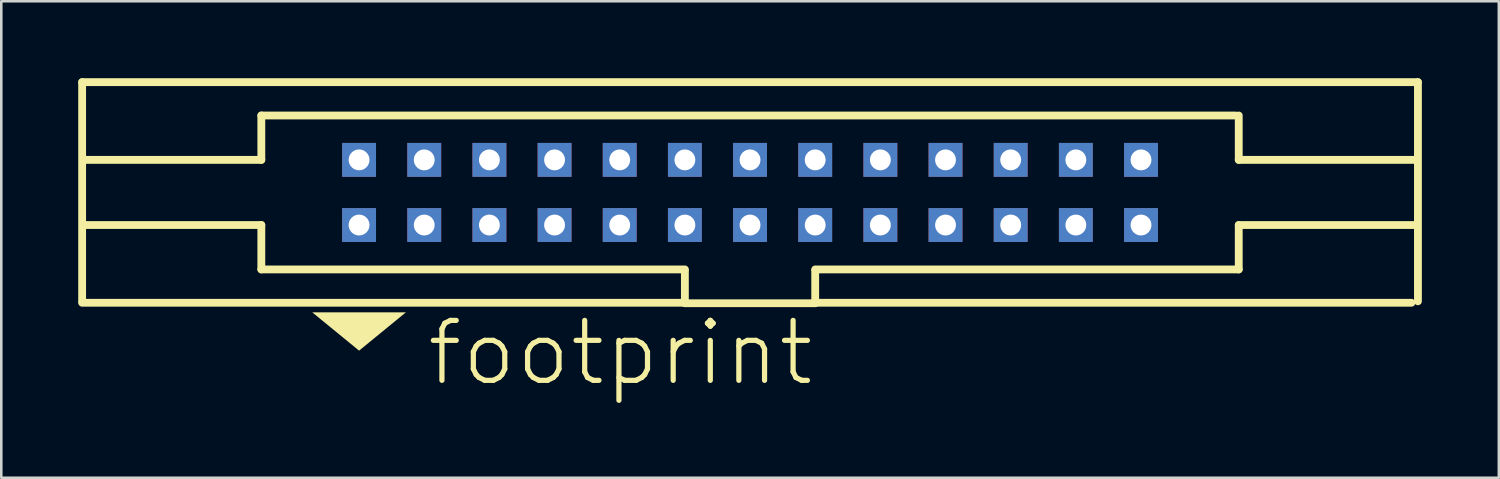
<source format=kicad_pcb>
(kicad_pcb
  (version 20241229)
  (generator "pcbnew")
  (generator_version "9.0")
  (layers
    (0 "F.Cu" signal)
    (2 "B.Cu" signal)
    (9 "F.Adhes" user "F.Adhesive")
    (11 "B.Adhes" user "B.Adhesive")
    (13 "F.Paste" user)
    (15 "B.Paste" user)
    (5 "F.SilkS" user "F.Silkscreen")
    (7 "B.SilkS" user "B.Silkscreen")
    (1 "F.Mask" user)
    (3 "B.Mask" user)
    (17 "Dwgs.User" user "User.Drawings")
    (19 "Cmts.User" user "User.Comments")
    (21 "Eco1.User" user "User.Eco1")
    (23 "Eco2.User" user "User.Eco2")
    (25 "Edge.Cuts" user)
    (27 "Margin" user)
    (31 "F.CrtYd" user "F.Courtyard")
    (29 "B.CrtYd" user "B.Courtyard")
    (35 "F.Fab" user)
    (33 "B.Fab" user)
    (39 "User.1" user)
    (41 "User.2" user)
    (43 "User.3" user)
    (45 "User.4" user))
  (footprint "footprint"
    (layer "F.Cu")
    (at 26.187 4.452)
    (property "Reference" "footprint" (at -12.7 7.62 0) (layer "F.SilkS") (effects (font (size 2.337 2.337) (thickness 0.203)) (justify left bottom)))
    (fp_line (start -26.035 -4.3) (end -26.035 4.242) (stroke (width 0.305) (type solid)) (layer "F.SilkS"))
    (fp_line (start -26.035 4.3) (end -2.54 4.3) (stroke (width 0.305) (type solid)) (layer "F.SilkS"))
    (fp_line (start -19.05 -1.27) (end -25.908 -1.27) (stroke (width 0.305) (type solid)) (layer "F.SilkS"))
    (fp_line (start -19.05 -1.27) (end -19.05 -3) (stroke (width 0.305) (type solid)) (layer "F.SilkS"))
    (fp_line (start -19.05 1.27) (end -25.908 1.27) (stroke (width 0.305) (type solid)) (layer "F.SilkS"))
    (fp_line (start -19.05 3) (end -19.05 1.27) (stroke (width 0.305) (type solid)) (layer "F.SilkS"))
    (fp_line (start -2.54 3) (end -19.05 3) (stroke (width 0.305) (type solid)) (layer "F.SilkS"))
    (fp_line (start -2.54 4.3) (end -2.54 3.048) (stroke (width 0.305) (type solid)) (layer "F.SilkS"))
    (fp_line (start -2.54 4.318) (end 2.54 4.318) (stroke (width 0.305) (type solid)) (layer "F.SilkS"))
    (fp_line (start 2.54 3.048) (end 2.54 4.3) (stroke (width 0.305) (type solid)) (layer "F.SilkS"))
    (fp_line (start 2.54 4.3) (end 25.781 4.3) (stroke (width 0.305) (type solid)) (layer "F.SilkS"))
    (fp_line (start 18.923 -3) (end -19.05 -3) (stroke (width 0.305) (type solid)) (layer "F.SilkS"))
    (fp_line (start 19.05 -1.27) (end 19.05 -3) (stroke (width 0.305) (type solid)) (layer "F.SilkS"))
    (fp_line (start 19.05 -1.27) (end 25.908 -1.27) (stroke (width 0.305) (type solid)) (layer "F.SilkS"))
    (fp_line (start 19.05 1.27) (end 25.908 1.27) (stroke (width 0.305) (type solid)) (layer "F.SilkS"))
    (fp_line (start 19.05 3) (end 2.54 3) (stroke (width 0.305) (type solid)) (layer "F.SilkS"))
    (fp_line (start 19.05 3) (end 19.05 1.27) (stroke (width 0.305) (type solid)) (layer "F.SilkS"))
    (fp_line (start 26.035 -4.3) (end -26.035 -4.3) (stroke (width 0.305) (type solid)) (layer "F.SilkS"))
    (fp_line (start 26.035 4.242) (end 26.035 -4.3) (stroke (width 0.305) (type solid)) (layer "F.SilkS"))
    (fp_poly (pts (xy -15.24 6.166) (xy -17.064 4.674) (xy -13.416 4.674)) (stroke (width 0) (type solid)) (fill yes) (layer "F.SilkS"))
    (pad "1" thru_hole rect (at -15.24 1.27) (size 1.321 1.321) (drill 0.813) (layers "*.Cu" "*.Mask"))
    (pad "2" thru_hole rect (at -15.24 -1.27) (size 1.321 1.321) (drill 0.813) (layers "*.Cu" "*.Mask"))
    (pad "3" thru_hole rect (at -12.7 1.27) (size 1.321 1.321) (drill 0.813) (layers "*.Cu" "*.Mask"))
    (pad "4" thru_hole rect (at -12.7 -1.27) (size 1.321 1.321) (drill 0.813) (layers "*.Cu" "*.Mask"))
    (pad "5" thru_hole rect (at -10.16 1.27) (size 1.321 1.321) (drill 0.813) (layers "*.Cu" "*.Mask"))
    (pad "6" thru_hole rect (at -10.16 -1.27) (size 1.321 1.321) (drill 0.813) (layers "*.Cu" "*.Mask"))
    (pad "7" thru_hole rect (at -7.62 1.27) (size 1.321 1.321) (drill 0.813) (layers "*.Cu" "*.Mask"))
    (pad "8" thru_hole rect (at -7.62 -1.27) (size 1.321 1.321) (drill 0.813) (layers "*.Cu" "*.Mask"))
    (pad "9" thru_hole rect (at -5.08 1.27) (size 1.321 1.321) (drill 0.813) (layers "*.Cu" "*.Mask"))
    (pad "10" thru_hole rect (at -5.08 -1.27) (size 1.321 1.321) (drill 0.813) (layers "*.Cu" "*.Mask"))
    (pad "11" thru_hole rect (at -2.54 1.27) (size 1.321 1.321) (drill 0.813) (layers "*.Cu" "*.Mask"))
    (pad "12" thru_hole rect (at -2.54 -1.27) (size 1.321 1.321) (drill 0.813) (layers "*.Cu" "*.Mask"))
    (pad "13" thru_hole rect (at 0 1.27) (size 1.321 1.321) (drill 0.813) (layers "*.Cu" "*.Mask"))
    (pad "14" thru_hole rect (at 0 -1.27) (size 1.321 1.321) (drill 0.813) (layers "*.Cu" "*.Mask"))
    (pad "15" thru_hole rect (at 2.54 1.27) (size 1.321 1.321) (drill 0.813) (layers "*.Cu" "*.Mask"))
    (pad "16" thru_hole rect (at 2.54 -1.27) (size 1.321 1.321) (drill 0.813) (layers "*.Cu" "*.Mask"))
    (pad "17" thru_hole rect (at 5.08 1.27) (size 1.321 1.321) (drill 0.813) (layers "*.Cu" "*.Mask"))
    (pad "18" thru_hole rect (at 5.08 -1.27) (size 1.321 1.321) (drill 0.813) (layers "*.Cu" "*.Mask"))
    (pad "19" thru_hole rect (at 7.62 1.27) (size 1.321 1.321) (drill 0.813) (layers "*.Cu" "*.Mask"))
    (pad "20" thru_hole rect (at 7.62 -1.27) (size 1.321 1.321) (drill 0.813) (layers "*.Cu" "*.Mask"))
    (pad "21" thru_hole rect (at 10.16 1.27) (size 1.321 1.321) (drill 0.813) (layers "*.Cu" "*.Mask"))
    (pad "22" thru_hole rect (at 10.16 -1.27) (size 1.321 1.321) (drill 0.813) (layers "*.Cu" "*.Mask"))
    (pad "23" thru_hole rect (at 12.7 1.27) (size 1.321 1.321) (drill 0.813) (layers "*.Cu" "*.Mask"))
    (pad "24" thru_hole rect (at 12.7 -1.27) (size 1.321 1.321) (drill 0.813) (layers "*.Cu" "*.Mask"))
    (pad "25" thru_hole rect (at 15.24 1.27) (size 1.321 1.321) (drill 0.813) (layers "*.Cu" "*.Mask"))
    (pad "26" thru_hole rect (at 15.24 -1.27) (size 1.321 1.321) (drill 0.813) (layers "*.Cu" "*.Mask")))
  (gr_rect
    (start -3 -3)
    (end 55.375 15.573)
    (stroke (width 0.1) (type default))
    (fill no)
    (layer "Edge.Cuts")))
</source>
